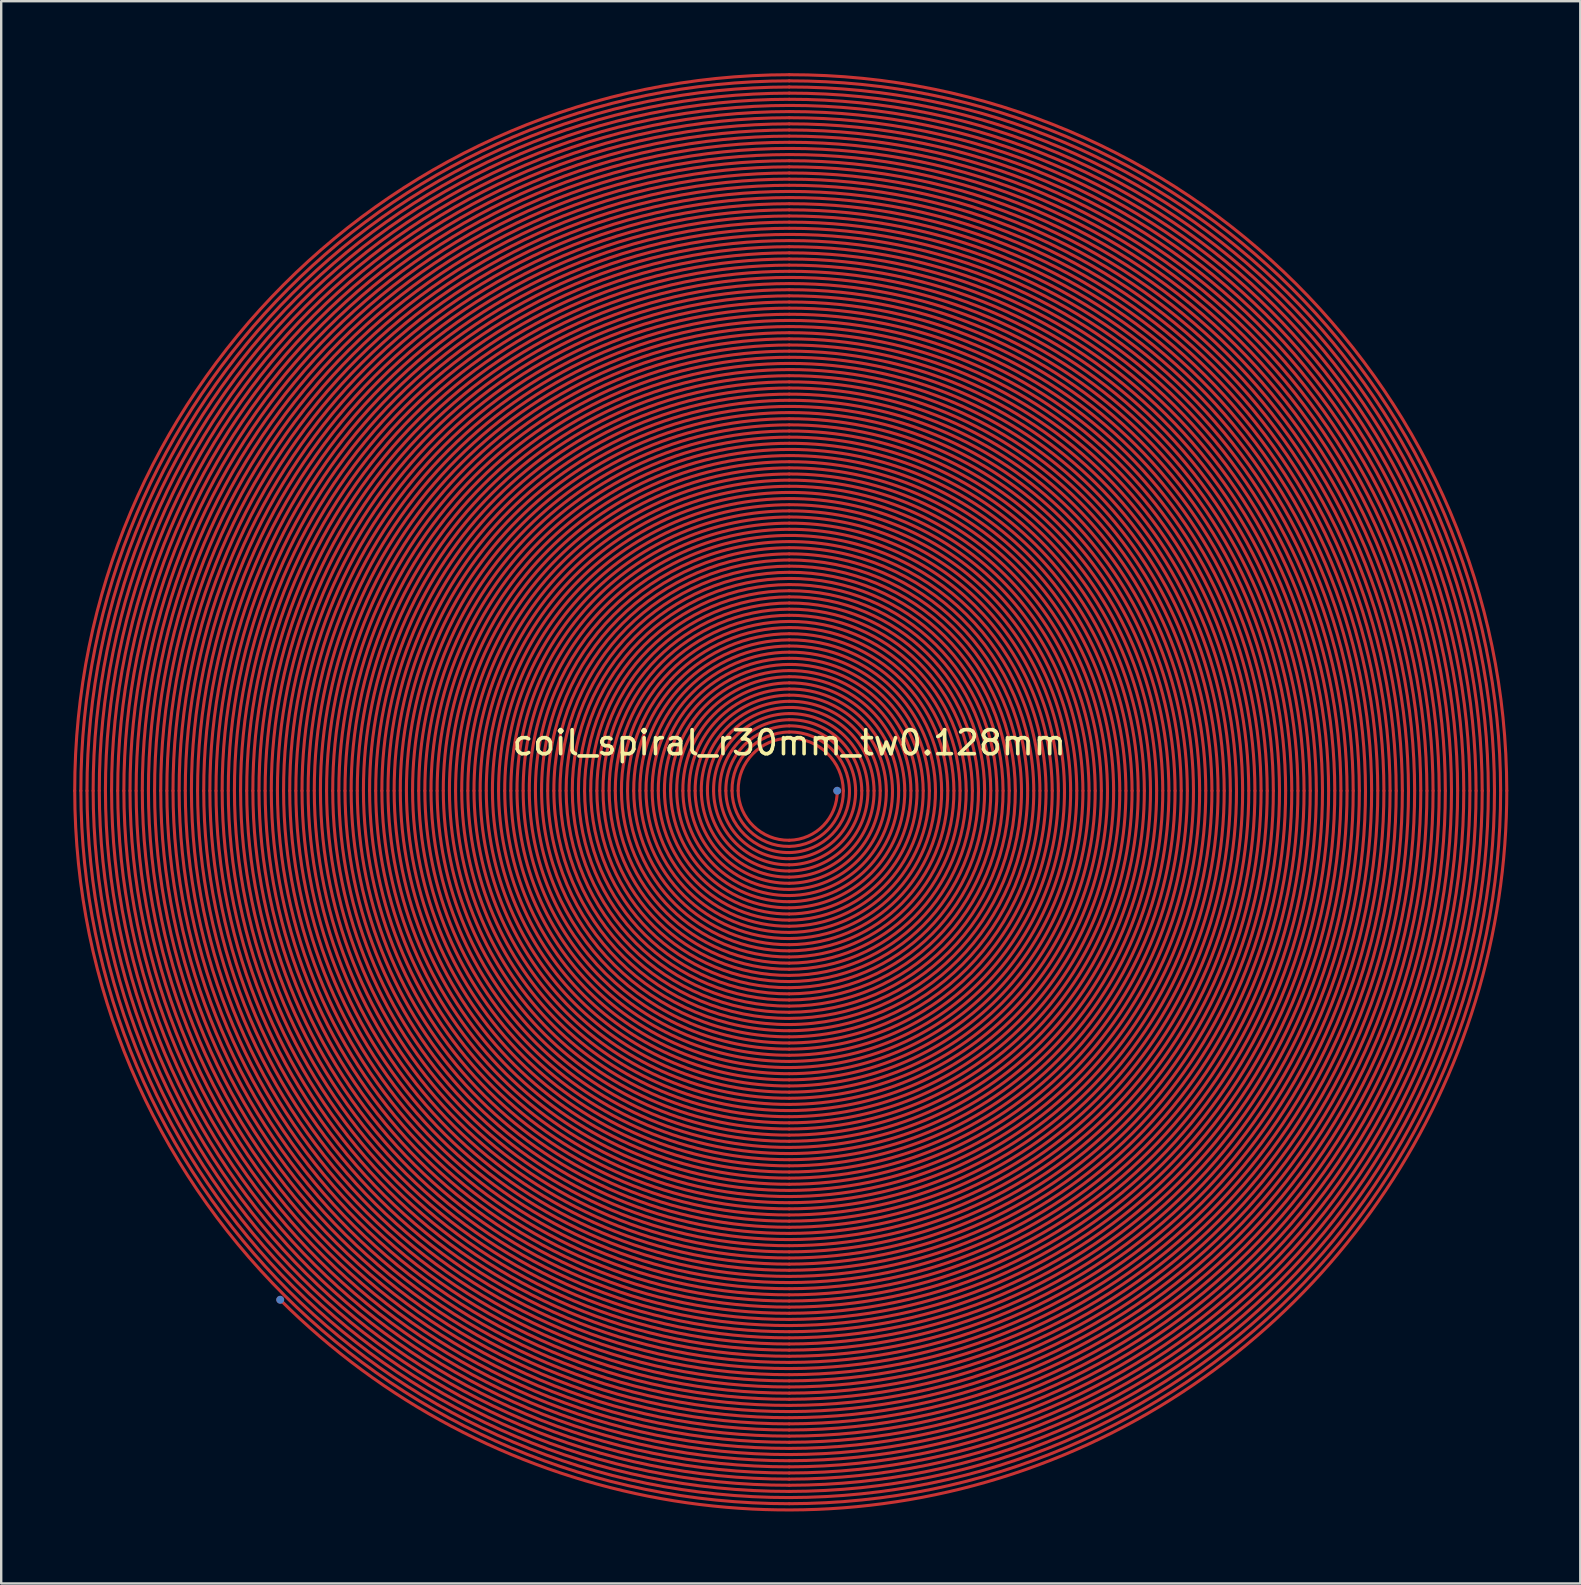
<source format=kicad_pcb>
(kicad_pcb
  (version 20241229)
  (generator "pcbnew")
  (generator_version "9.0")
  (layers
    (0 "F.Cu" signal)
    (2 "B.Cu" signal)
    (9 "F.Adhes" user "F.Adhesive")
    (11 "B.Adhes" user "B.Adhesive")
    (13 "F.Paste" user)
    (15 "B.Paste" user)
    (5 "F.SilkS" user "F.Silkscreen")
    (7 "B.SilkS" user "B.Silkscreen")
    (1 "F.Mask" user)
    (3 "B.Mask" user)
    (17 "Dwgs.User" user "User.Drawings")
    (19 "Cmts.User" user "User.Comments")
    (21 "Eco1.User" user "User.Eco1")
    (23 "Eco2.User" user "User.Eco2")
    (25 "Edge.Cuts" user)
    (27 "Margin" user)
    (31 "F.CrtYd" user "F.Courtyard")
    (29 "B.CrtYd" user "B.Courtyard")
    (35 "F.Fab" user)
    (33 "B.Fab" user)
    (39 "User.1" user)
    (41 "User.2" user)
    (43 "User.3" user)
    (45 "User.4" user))
  (footprint "coil_spiral_r30mm_tw0.128mm"
    (layer "F.Cu")
    (at 29.84 29.904)
    (property "Reference" "coil_spiral_r30mm_tw0.128mm" (at 0 -2 0) (layer "F.SilkS") (effects (font (size 1 1) (thickness 0.15))))
    (attr through_hole)
    (fp_arc (start -29.776 0) (mid -21.068078 -21.086823) (end 0 -29.839999) (stroke (width 0.128) (type solid)) (layer "F.Cu"))
    (fp_arc (start -29.52 0) (mid -20.887059 -20.905805) (end 0 -29.584) (stroke (width 0.128) (type solid)) (layer "F.Cu"))
    (fp_arc (start -29.264 0) (mid -20.70604 -20.724785) (end 0 -29.328) (stroke (width 0.128) (type solid)) (layer "F.Cu"))
    (fp_arc (start -29.008 0) (mid -20.525021 -20.543766) (end -0.000001 -29.072) (stroke (width 0.128) (type solid)) (layer "F.Cu"))
    (fp_arc (start -28.752 0) (mid -20.344002 -20.362747) (end 0 -28.816) (stroke (width 0.128) (type solid)) (layer "F.Cu"))
    (fp_arc (start -28.496 0) (mid -20.162982 -20.181728) (end 0.000001 -28.56) (stroke (width 0.128) (type solid)) (layer "F.Cu"))
    (fp_arc (start -28.24 0) (mid -19.981964 -20.000708) (end -0.000001 -28.304) (stroke (width 0.128) (type solid)) (layer "F.Cu"))
    (fp_arc (start -27.984 0) (mid -19.800944 -19.819689) (end 0 -28.048) (stroke (width 0.128) (type solid)) (layer "F.Cu"))
    (fp_arc (start -27.728 0) (mid -19.619925 -19.638669) (end 0 -27.791999) (stroke (width 0.128) (type solid)) (layer "F.Cu"))
    (fp_arc (start -27.472 0) (mid -19.438906 -19.457651) (end 0 -27.536) (stroke (width 0.128) (type solid)) (layer "F.Cu"))
    (fp_arc (start -27.216 0) (mid -19.257886 -19.276632) (end 0.000001 -27.28) (stroke (width 0.128) (type solid)) (layer "F.Cu"))
    (fp_arc (start -26.96 0) (mid -19.076868 -19.095612) (end -0.000001 -27.024) (stroke (width 0.128) (type solid)) (layer "F.Cu"))
    (fp_arc (start -26.704 0) (mid -18.895848 -18.914593) (end 0 -26.768) (stroke (width 0.128) (type solid)) (layer "F.Cu"))
    (fp_arc (start -26.448 0) (mid -18.714829 -18.733574) (end -0.000001 -26.512) (stroke (width 0.128) (type solid)) (layer "F.Cu"))
    (fp_arc (start -26.192 0) (mid -18.533809 -18.552555) (end 0 -26.256) (stroke (width 0.128) (type solid)) (layer "F.Cu"))
    (fp_arc (start -25.936 0) (mid -18.352791 -18.371535) (end -0.000001 -26) (stroke (width 0.128) (type solid)) (layer "F.Cu"))
    (fp_arc (start -25.68 0) (mid -18.171771 -18.190516) (end 0 -25.744) (stroke (width 0.128) (type solid)) (layer "F.Cu"))
    (fp_arc (start -25.424 0) (mid -17.990752 -18.009497) (end 0 -25.487999) (stroke (width 0.128) (type solid)) (layer "F.Cu"))
    (fp_arc (start -25.168 0) (mid -17.809733 -17.828478) (end 0 -25.232) (stroke (width 0.128) (type solid)) (layer "F.Cu"))
    (fp_arc (start -24.912 0) (mid -17.628713 -17.647458) (end 0 -24.975999) (stroke (width 0.128) (type solid)) (layer "F.Cu"))
    (fp_arc (start -24.656 0) (mid -17.447694 -17.466439) (end 0 -24.72) (stroke (width 0.128) (type solid)) (layer "F.Cu"))
    (fp_arc (start -24.4 0) (mid -17.266676 -17.28542) (end -0.000001 -24.464) (stroke (width 0.128) (type solid)) (layer "F.Cu"))
    (fp_arc (start -24.144 0) (mid -17.085656 -17.104401) (end 0 -24.208) (stroke (width 0.128) (type solid)) (layer "F.Cu"))
    (fp_arc (start -23.888 0) (mid -16.904637 -16.923382) (end 0 -23.952) (stroke (width 0.128) (type solid)) (layer "F.Cu"))
    (fp_arc (start -23.632 0) (mid -16.723618 -16.742363) (end 0 -23.696) (stroke (width 0.128) (type solid)) (layer "F.Cu"))
    (fp_arc (start -23.376 0) (mid -16.542599 -16.561344) (end 0 -23.44) (stroke (width 0.128) (type solid)) (layer "F.Cu"))
    (fp_arc (start -23.12 0) (mid -16.361579 -16.380325) (end 0.000001 -23.184) (stroke (width 0.128) (type solid)) (layer "F.Cu"))
    (fp_arc (start -22.864 0) (mid -16.18056 -16.199305) (end 0 -22.928) (stroke (width 0.128) (type solid)) (layer "F.Cu"))
    (fp_arc (start -22.608 0) (mid -15.999541 -16.018286) (end -0.000001 -22.672) (stroke (width 0.128) (type solid)) (layer "F.Cu"))
    (fp_arc (start -22.352 0) (mid -15.818521 -15.837267) (end 0.000001 -22.416) (stroke (width 0.128) (type solid)) (layer "F.Cu"))
    (fp_arc (start -22.096 0) (mid -15.637503 -15.656248) (end 0 -22.16) (stroke (width 0.128) (type solid)) (layer "F.Cu"))
    (fp_arc (start -21.84 0) (mid -15.456483 -15.475228) (end 0 -21.903999) (stroke (width 0.128) (type solid)) (layer "F.Cu"))
    (fp_arc (start -21.584 0) (mid -15.275464 -15.29421) (end 0 -21.648) (stroke (width 0.128) (type solid)) (layer "F.Cu"))
    (fp_arc (start -21.328 0) (mid -15.094445 -15.11319) (end 0 -21.392) (stroke (width 0.128) (type solid)) (layer "F.Cu"))
    (fp_arc (start -21.072 0) (mid -14.913426 -14.932171) (end 0 -21.135999) (stroke (width 0.128) (type solid)) (layer "F.Cu"))
    (fp_arc (start -20.816 0) (mid -14.732407 -14.751152) (end 0.000001 -20.88) (stroke (width 0.128) (type solid)) (layer "F.Cu"))
    (fp_arc (start -20.56 0) (mid -14.551388 -14.570133) (end 0 -20.624) (stroke (width 0.128) (type solid)) (layer "F.Cu"))
    (fp_arc (start -20.304 0) (mid -14.370369 -14.389114) (end 0 -20.368) (stroke (width 0.128) (type solid)) (layer "F.Cu"))
    (fp_arc (start -20.048 0) (mid -14.189349 -14.208094) (end 0 -20.111999) (stroke (width 0.128) (type solid)) (layer "F.Cu"))
    (fp_arc (start -19.792 0) (mid -14.00833 -14.027076) (end 0.000001 -19.856) (stroke (width 0.128) (type solid)) (layer "F.Cu"))
    (fp_arc (start -19.536 0) (mid -13.827311 -13.846057) (end 0 -19.6) (stroke (width 0.128) (type solid)) (layer "F.Cu"))
    (fp_arc (start -19.28 0) (mid -13.646292 -13.665038) (end 0 -19.344) (stroke (width 0.128) (type solid)) (layer "F.Cu"))
    (fp_arc (start -19.024 0) (mid -13.465273 -13.484019) (end 0 -19.088) (stroke (width 0.128) (type solid)) (layer "F.Cu"))
    (fp_arc (start -18.768 0) (mid -13.284254 -13.302999) (end 0 -18.832) (stroke (width 0.128) (type solid)) (layer "F.Cu"))
    (fp_arc (start -18.512 0) (mid -13.103236 -13.12198) (end -0.000001 -18.576) (stroke (width 0.128) (type solid)) (layer "F.Cu"))
    (fp_arc (start -18.256 0) (mid -12.922216 -12.940961) (end 0 -18.319999) (stroke (width 0.128) (type solid)) (layer "F.Cu"))
    (fp_arc (start -18 0) (mid -12.741197 -12.759942) (end 0 -18.063999) (stroke (width 0.128) (type solid)) (layer "F.Cu"))
    (fp_arc (start -17.744 0) (mid -12.560178 -12.578923) (end 0 -17.807999) (stroke (width 0.128) (type solid)) (layer "F.Cu"))
    (fp_arc (start -17.488 0) (mid -12.379159 -12.397904) (end 0 -17.551999) (stroke (width 0.128) (type solid)) (layer "F.Cu"))
    (fp_arc (start -17.232 0) (mid -12.19814 -12.216885) (end 0 -17.295999) (stroke (width 0.128) (type solid)) (layer "F.Cu"))
    (fp_arc (start -16.976 0) (mid -12.017121 -12.035866) (end -0.000001 -17.04) (stroke (width 0.128) (type solid)) (layer "F.Cu"))
    (fp_arc (start -16.72 0) (mid -11.836102 -11.854847) (end 0 -16.784) (stroke (width 0.128) (type solid)) (layer "F.Cu"))
    (fp_arc (start -16.464 0) (mid -11.655083 -11.673828) (end 0 -16.528) (stroke (width 0.128) (type solid)) (layer "F.Cu"))
    (fp_arc (start -16.208 0) (mid -11.474064 -11.492809) (end 0 -16.272) (stroke (width 0.128) (type solid)) (layer "F.Cu"))
    (fp_arc (start -15.952 0) (mid -11.293045 -11.31179) (end 0.000001 -16.016) (stroke (width 0.128) (type solid)) (layer "F.Cu"))
    (fp_arc (start -15.696 0) (mid -11.112026 -11.130771) (end 0 -15.759999) (stroke (width 0.128) (type solid)) (layer "F.Cu"))
    (fp_arc (start -15.44 0) (mid -10.931007 -10.949752) (end 0 -15.504) (stroke (width 0.128) (type solid)) (layer "F.Cu"))
    (fp_arc (start -15.184 0) (mid -10.749988 -10.768734) (end 0.000001 -15.248) (stroke (width 0.128) (type solid)) (layer "F.Cu"))
    (fp_arc (start -14.928 0) (mid -10.568969 -10.587714) (end 0 -14.991999) (stroke (width 0.128) (type solid)) (layer "F.Cu"))
    (fp_arc (start -14.672 0) (mid -10.38795 -10.406695) (end 0 -14.736) (stroke (width 0.128) (type solid)) (layer "F.Cu"))
    (fp_arc (start -14.416 0) (mid -10.206931 -10.225676) (end 0 -14.479999) (stroke (width 0.128) (type solid)) (layer "F.Cu"))
    (fp_arc (start -14.16 0) (mid -10.025912 -10.044658) (end 0 -14.224) (stroke (width 0.128) (type solid)) (layer "F.Cu"))
    (fp_arc (start -13.904 0) (mid -9.844893 -9.863638) (end 0 -13.967999) (stroke (width 0.128) (type solid)) (layer "F.Cu"))
    (fp_arc (start -13.648 0) (mid -9.663875 -9.68262) (end 0 -13.711999) (stroke (width 0.128) (type solid)) (layer "F.Cu"))
    (fp_arc (start -13.392 0) (mid -9.482856 -9.501601) (end 0 -13.456) (stroke (width 0.128) (type solid)) (layer "F.Cu"))
    (fp_arc (start -13.136 0) (mid -9.301837 -9.320582) (end 0 -13.2) (stroke (width 0.128) (type solid)) (layer "F.Cu"))
    (fp_arc (start -12.88 0) (mid -9.120818 -9.139563) (end 0.000001 -12.943999) (stroke (width 0.128) (type solid)) (layer "F.Cu"))
    (fp_arc (start -12.624 0) (mid -8.939799 -8.958544) (end 0 -12.687999) (stroke (width 0.128) (type solid)) (layer "F.Cu"))
    (fp_arc (start -12.368 0) (mid -8.758781 -8.777525) (end 0 -12.432) (stroke (width 0.128) (type solid)) (layer "F.Cu"))
    (fp_arc (start -12.112 0) (mid -8.577763 -8.596507) (end -0.000001 -12.176001) (stroke (width 0.128) (type solid)) (layer "F.Cu"))
    (fp_arc (start -11.856 0) (mid -8.396743 -8.415489) (end 0 -11.920001) (stroke (width 0.128) (type solid)) (layer "F.Cu"))
    (fp_arc (start -11.6 0) (mid -8.215725 -8.23447) (end 0 -11.664) (stroke (width 0.128) (type solid)) (layer "F.Cu"))
    (fp_arc (start -11.344 0) (mid -8.034706 -8.053451) (end 0 -11.408) (stroke (width 0.128) (type solid)) (layer "F.Cu"))
    (fp_arc (start -11.088 0) (mid -7.853688 -7.872433) (end 0 -11.152001) (stroke (width 0.128) (type solid)) (layer "F.Cu"))
    (fp_arc (start -10.832 0) (mid -7.672668 -7.691414) (end 0.000001 -10.896) (stroke (width 0.128) (type solid)) (layer "F.Cu"))
    (fp_arc (start -10.576 0) (mid -7.49165 -7.510395) (end 0 -10.64) (stroke (width 0.128) (type solid)) (layer "F.Cu"))
    (fp_arc (start -10.32 0) (mid -7.310632 -7.329377) (end 0 -10.384) (stroke (width 0.128) (type solid)) (layer "F.Cu"))
    (fp_arc (start -10.064 0) (mid -7.129613 -7.148358) (end 0 -10.128) (stroke (width 0.128) (type solid)) (layer "F.Cu"))
    (fp_arc (start -9.808 0) (mid -6.948595 -6.96734) (end 0 -9.872) (stroke (width 0.128) (type solid)) (layer "F.Cu"))
    (fp_arc (start -9.552 0) (mid -6.767577 -6.786322) (end 0 -9.616001) (stroke (width 0.128) (type solid)) (layer "F.Cu"))
    (fp_arc (start -9.296 0) (mid -6.586558 -6.605303) (end 0 -9.36) (stroke (width 0.128) (type solid)) (layer "F.Cu"))
    (fp_arc (start -9.04 0) (mid -6.405541 -6.424285) (end -0.000001 -9.104) (stroke (width 0.128) (type solid)) (layer "F.Cu"))
    (fp_arc (start -8.784 0) (mid -6.224522 -6.243267) (end -0.000001 -8.848) (stroke (width 0.128) (type solid)) (layer "F.Cu"))
    (fp_arc (start -8.528 0) (mid -6.043504 -6.062249) (end 0 -8.592) (stroke (width 0.128) (type solid)) (layer "F.Cu"))
    (fp_arc (start -8.272 0) (mid -5.862485 -5.881231) (end 0.000001 -8.336) (stroke (width 0.128) (type solid)) (layer "F.Cu"))
    (fp_arc (start -8.016 0) (mid -5.681468 -5.700213) (end 0 -8.08) (stroke (width 0.128) (type solid)) (layer "F.Cu"))
    (fp_arc (start -7.76 0) (mid -5.50045 -5.519195) (end 0 -7.824) (stroke (width 0.128) (type solid)) (layer "F.Cu"))
    (fp_arc (start -7.504 0) (mid -5.319432 -5.338177) (end 0 -7.567999) (stroke (width 0.128) (type solid)) (layer "F.Cu"))
    (fp_arc (start -7.248 0) (mid -5.138415 -5.157159) (end 0 -7.311999) (stroke (width 0.128) (type solid)) (layer "F.Cu"))
    (fp_arc (start -6.992 0) (mid -4.957397 -4.976142) (end 0 -7.056) (stroke (width 0.128) (type solid)) (layer "F.Cu"))
    (fp_arc (start -6.736 0) (mid -4.77638 -4.795125) (end 0 -6.800001) (stroke (width 0.128) (type solid)) (layer "F.Cu"))
    (fp_arc (start -6.48 0) (mid -4.595363 -4.614107) (end 0 -6.544) (stroke (width 0.128) (type solid)) (layer "F.Cu"))
    (fp_arc (start -6.224 0) (mid -4.414346 -4.43309) (end -0.000001 -6.288) (stroke (width 0.128) (type solid)) (layer "F.Cu"))
    (fp_arc (start -5.968 0) (mid -4.233329 -4.252073) (end 0 -6.032) (stroke (width 0.128) (type solid)) (layer "F.Cu"))
    (fp_arc (start -5.712 0) (mid -4.052312 -4.071057) (end 0 -5.776) (stroke (width 0.128) (type solid)) (layer "F.Cu"))
    (fp_arc (start -5.456 0) (mid -3.871296 -3.89004) (end -0.000001 -5.52) (stroke (width 0.128) (type solid)) (layer "F.Cu"))
    (fp_arc (start -5.2 0) (mid -3.69028 -3.709024) (end -0.000001 -5.264) (stroke (width 0.128) (type solid)) (layer "F.Cu"))
    (fp_arc (start -4.944 0) (mid -3.509264 -3.528008) (end 0 -5.008) (stroke (width 0.128) (type solid)) (layer "F.Cu"))
    (fp_arc (start -4.688 0) (mid -3.328249 -3.346993) (end 0 -4.752) (stroke (width 0.128) (type solid)) (layer "F.Cu"))
    (fp_arc (start -4.432 0) (mid -3.147234 -3.165978) (end 0 -4.496) (stroke (width 0.128) (type solid)) (layer "F.Cu"))
    (fp_arc (start -4.176 0) (mid -2.966219 -2.984963) (end 0 -4.239999) (stroke (width 0.128) (type solid)) (layer "F.Cu"))
    (fp_arc (start -3.92 0) (mid -2.785206 -2.803949) (end 0 -3.984) (stroke (width 0.128) (type solid)) (layer "F.Cu"))
    (fp_arc (start -3.664 0) (mid -2.604192 -2.622936) (end 0.000001 -3.728) (stroke (width 0.128) (type solid)) (layer "F.Cu"))
    (fp_arc (start -3.408 0) (mid -2.423181 -2.441924) (end -0.000001 -3.472) (stroke (width 0.128) (type solid)) (layer "F.Cu"))
    (fp_arc (start -3.152 0) (mid -2.24217 -2.260913) (end 0 -3.216) (stroke (width 0.128) (type solid)) (layer "F.Cu"))
    (fp_arc (start -2.896 0) (mid -2.061161 -2.079903) (end 0 -2.959999) (stroke (width 0.128) (type solid)) (layer "F.Cu"))
    (fp_arc (start -2.64 0) (mid -1.880154 -1.898896) (end 0 -2.704) (stroke (width 0.128) (type solid)) (layer "F.Cu"))
    (fp_arc (start -2.384 0) (mid -1.699149 -1.717891) (end 0 -2.448001) (stroke (width 0.128) (type solid)) (layer "F.Cu"))
    (fp_arc (start -2.128 0) (mid -1.518148 -1.536889) (end 0.000001 -2.192) (stroke (width 0.128) (type solid)) (layer "F.Cu"))
    (fp_arc (start 0 -29.84) (mid 21.132079 -21.113333) (end 29.904 0.000001) (stroke (width 0.128) (type solid)) (layer "F.Cu"))
    (fp_arc (start 0 -29.584) (mid 20.951059 -20.932315) (end 29.648 -0.000001) (stroke (width 0.128) (type solid)) (layer "F.Cu"))
    (fp_arc (start 0 -29.328) (mid 20.77004 -20.751295) (end 29.392 0) (stroke (width 0.128) (type solid)) (layer "F.Cu"))
    (fp_arc (start 0 -29.072) (mid 20.58902 -20.570275) (end 29.135999 0) (stroke (width 0.128) (type solid)) (layer "F.Cu"))
    (fp_arc (start 0 -28.816) (mid 20.408002 -20.389256) (end 28.88 0) (stroke (width 0.128) (type solid)) (layer "F.Cu"))
    (fp_arc (start 0 -28.56) (mid 20.226982 -20.208237) (end 28.624 0) (stroke (width 0.128) (type solid)) (layer "F.Cu"))
    (fp_arc (start 0 -28.304) (mid 20.045963 -20.027218) (end 28.368 -0.000001) (stroke (width 0.128) (type solid)) (layer "F.Cu"))
    (fp_arc (start 0 -28.048) (mid 19.864944 -19.846199) (end 28.112 0) (stroke (width 0.128) (type solid)) (layer "F.Cu"))
    (fp_arc (start 0 -27.792) (mid 19.683925 -19.665179) (end 27.856 0.000001) (stroke (width 0.128) (type solid)) (layer "F.Cu"))
    (fp_arc (start 0 -27.536) (mid 19.502905 -19.484161) (end 27.6 -0.000001) (stroke (width 0.128) (type solid)) (layer "F.Cu"))
    (fp_arc (start 0 -27.28) (mid 19.321887 -19.303141) (end 27.344 0.000001) (stroke (width 0.128) (type solid)) (layer "F.Cu"))
    (fp_arc (start 0 -27.024) (mid 19.140867 -19.122122) (end 27.088 -0.000001) (stroke (width 0.128) (type solid)) (layer "F.Cu"))
    (fp_arc (start 0 -26.768) (mid 18.959848 -18.941103) (end 26.832 0) (stroke (width 0.128) (type solid)) (layer "F.Cu"))
    (fp_arc (start 0 -26.512) (mid 18.778828 -18.760084) (end 26.576 -0.000001) (stroke (width 0.128) (type solid)) (layer "F.Cu"))
    (fp_arc (start 0 -26.256) (mid 18.597809 -18.579064) (end 26.32 0) (stroke (width 0.128) (type solid)) (layer "F.Cu"))
    (fp_arc (start 0 -26) (mid 18.41679 -18.398045) (end 26.063999 0) (stroke (width 0.128) (type solid)) (layer "F.Cu"))
    (fp_arc (start 0 -25.744) (mid 18.235771 -18.217026) (end 25.808 0) (stroke (width 0.128) (type solid)) (layer "F.Cu"))
    (fp_arc (start 0 -25.488) (mid 18.054752 -18.036006) (end 25.552 0.000001) (stroke (width 0.128) (type solid)) (layer "F.Cu"))
    (fp_arc (start 0 -25.232) (mid 17.873733 -17.854988) (end 25.296 0) (stroke (width 0.128) (type solid)) (layer "F.Cu"))
    (fp_arc (start 0 -24.976) (mid 17.692714 -17.673968) (end 25.04 0.000001) (stroke (width 0.128) (type solid)) (layer "F.Cu"))
    (fp_arc (start 0 -24.72) (mid 17.511694 -17.492949) (end 24.784 0) (stroke (width 0.128) (type solid)) (layer "F.Cu"))
    (fp_arc (start 0 -24.464) (mid 17.330675 -17.31193) (end 24.527999 0) (stroke (width 0.128) (type solid)) (layer "F.Cu"))
    (fp_arc (start 0 -24.208) (mid 17.149656 -17.130911) (end 24.272 0) (stroke (width 0.128) (type solid)) (layer "F.Cu"))
    (fp_arc (start 0 -23.952) (mid 16.968636 -16.949891) (end 24.015999 0) (stroke (width 0.128) (type solid)) (layer "F.Cu"))
    (fp_arc (start 0 -23.696) (mid 16.787618 -16.768872) (end 23.76 0) (stroke (width 0.128) (type solid)) (layer "F.Cu"))
    (fp_arc (start 0 -23.44) (mid 16.606598 -16.587854) (end 23.504 -0.000001) (stroke (width 0.128) (type solid)) (layer "F.Cu"))
    (fp_arc (start 0 -23.184) (mid 16.42558 -16.406834) (end 23.248 0.000001) (stroke (width 0.128) (type solid)) (layer "F.Cu"))
    (fp_arc (start 0 -22.928) (mid 16.24456 -16.225815) (end 22.992 0) (stroke (width 0.128) (type solid)) (layer "F.Cu"))
    (fp_arc (start 0 -22.672) (mid 16.06354 -16.044796) (end 22.735999 0) (stroke (width 0.128) (type solid)) (layer "F.Cu"))
    (fp_arc (start 0 -22.416) (mid 15.882522 -15.863777) (end 22.48 0) (stroke (width 0.128) (type solid)) (layer "F.Cu"))
    (fp_arc (start 0 -22.16) (mid 15.701503 -15.682758) (end 22.224 0) (stroke (width 0.128) (type solid)) (layer "F.Cu"))
    (fp_arc (start 0 -21.904) (mid 15.520484 -15.501738) (end 21.968 0.000001) (stroke (width 0.128) (type solid)) (layer "F.Cu"))
    (fp_arc (start 0 -21.648) (mid 15.339464 -15.320719) (end 21.712 0) (stroke (width 0.128) (type solid)) (layer "F.Cu"))
    (fp_arc (start 0 -21.392) (mid 15.158445 -15.1397) (end 21.456 0) (stroke (width 0.128) (type solid)) (layer "F.Cu"))
    (fp_arc (start 0 -21.136) (mid 14.977426 -14.95868) (end 21.2 0.000001) (stroke (width 0.128) (type solid)) (layer "F.Cu"))
    (fp_arc (start 0 -20.88) (mid 14.796407 -14.777662) (end 20.944 0) (stroke (width 0.128) (type solid)) (layer "F.Cu"))
    (fp_arc (start 0 -20.624) (mid 14.615388 -14.596643) (end 20.688 0) (stroke (width 0.128) (type solid)) (layer "F.Cu"))
    (fp_arc (start 0 -20.368) (mid 14.434368 -14.415623) (end 20.431999 0) (stroke (width 0.128) (type solid)) (layer "F.Cu"))
    (fp_arc (start 0 -20.112) (mid 14.25335 -14.234604) (end 20.176 0.000001) (stroke (width 0.128) (type solid)) (layer "F.Cu"))
    (fp_arc (start 0 -19.856) (mid 14.07233 -14.053585) (end 19.92 0) (stroke (width 0.128) (type solid)) (layer "F.Cu"))
    (fp_arc (start 0 -19.6) (mid 13.891311 -13.872566) (end 19.664 0) (stroke (width 0.128) (type solid)) (layer "F.Cu"))
    (fp_arc (start 0 -19.344) (mid 13.710292 -13.691548) (end 19.408 -0.000001) (stroke (width 0.128) (type solid)) (layer "F.Cu"))
    (fp_arc (start 0 -19.088) (mid 13.529273 -13.510529) (end 19.152 -0.000001) (stroke (width 0.128) (type solid)) (layer "F.Cu"))
    (fp_arc (start 0 -18.832) (mid 13.348254 -13.329509) (end 18.895999 0) (stroke (width 0.128) (type solid)) (layer "F.Cu"))
    (fp_arc (start 0 -18.576) (mid 13.167235 -13.14849) (end 18.639999 0) (stroke (width 0.128) (type solid)) (layer "F.Cu"))
    (fp_arc (start 0 -18.32) (mid 12.986216 -12.96747) (end 18.384 0.000001) (stroke (width 0.128) (type solid)) (layer "F.Cu"))
    (fp_arc (start 0 -18.064) (mid 12.805197 -12.786451) (end 18.128 0.000001) (stroke (width 0.128) (type solid)) (layer "F.Cu"))
    (fp_arc (start 0 -17.808) (mid 12.624178 -12.605432) (end 17.872 0.000001) (stroke (width 0.128) (type solid)) (layer "F.Cu"))
    (fp_arc (start 0 -17.552) (mid 12.443159 -12.424413) (end 17.616 0.000001) (stroke (width 0.128) (type solid)) (layer "F.Cu"))
    (fp_arc (start 0 -17.296) (mid 12.26214 -12.243394) (end 17.36 0.000001) (stroke (width 0.128) (type solid)) (layer "F.Cu"))
    (fp_arc (start 0 -17.04) (mid 12.08112 -12.062376) (end 17.103999 0) (stroke (width 0.128) (type solid)) (layer "F.Cu"))
    (fp_arc (start 0 -16.784) (mid 11.900101 -11.881356) (end 16.847999 0) (stroke (width 0.128) (type solid)) (layer "F.Cu"))
    (fp_arc (start 0 -16.528) (mid 11.719082 -11.700337) (end 16.591999 0) (stroke (width 0.128) (type solid)) (layer "F.Cu"))
    (fp_arc (start 0 -16.272) (mid 11.538064 -11.519319) (end 16.336 0) (stroke (width 0.128) (type solid)) (layer "F.Cu"))
    (fp_arc (start 0 -16.016) (mid 11.357045 -11.3383) (end 16.08 0) (stroke (width 0.128) (type solid)) (layer "F.Cu"))
    (fp_arc (start 0 -15.76) (mid 11.176026 -11.15728) (end 15.824 0.000001) (stroke (width 0.128) (type solid)) (layer "F.Cu"))
    (fp_arc (start 0 -15.504) (mid 10.995006 -10.976262) (end 15.567999 0) (stroke (width 0.128) (type solid)) (layer "F.Cu"))
    (fp_arc (start 0 -15.248) (mid 10.813988 -10.795243) (end 15.312 0) (stroke (width 0.128) (type solid)) (layer "F.Cu"))
    (fp_arc (start 0 -14.992) (mid 10.632969 -10.614223) (end 15.056 0.000001) (stroke (width 0.128) (type solid)) (layer "F.Cu"))
    (fp_arc (start 0 -14.736) (mid 10.45195 -10.433205) (end 14.8 -0.000001) (stroke (width 0.128) (type solid)) (layer "F.Cu"))
    (fp_arc (start 0 -14.48) (mid 10.270931 -10.252186) (end 14.544 0) (stroke (width 0.128) (type solid)) (layer "F.Cu"))
    (fp_arc (start 0 -14.224) (mid 10.089912 -10.071168) (end 14.288 -0.000001) (stroke (width 0.128) (type solid)) (layer "F.Cu"))
    (fp_arc (start 0 -13.968) (mid 9.908894 -9.890148) (end 14.032 0.000001) (stroke (width 0.128) (type solid)) (layer "F.Cu"))
    (fp_arc (start 0 -13.712) (mid 9.727875 -9.70913) (end 13.776 0) (stroke (width 0.128) (type solid)) (layer "F.Cu"))
    (fp_arc (start 0 -13.456) (mid 9.546855 -9.52811) (end 13.519999 0) (stroke (width 0.128) (type solid)) (layer "F.Cu"))
    (fp_arc (start 0 -13.2) (mid 9.365837 -9.347092) (end 13.263999 0) (stroke (width 0.128) (type solid)) (layer "F.Cu"))
    (fp_arc (start 0 -12.944) (mid 9.184818 -9.166073) (end 13.008 0) (stroke (width 0.128) (type solid)) (layer "F.Cu"))
    (fp_arc (start 0 -12.688) (mid 9.003799 -8.985054) (end 12.752 0) (stroke (width 0.128) (type solid)) (layer "F.Cu"))
    (fp_arc (start 0 -12.432) (mid 8.822781 -8.804036) (end 12.496001 0) (stroke (width 0.128) (type solid)) (layer "F.Cu"))
    (fp_arc (start 0 -12.176) (mid 8.641761 -8.623017) (end 12.24 -0.000001) (stroke (width 0.128) (type solid)) (layer "F.Cu"))
    (fp_arc (start 0 -11.92) (mid 8.460743 -8.441998) (end 11.984 0) (stroke (width 0.128) (type solid)) (layer "F.Cu"))
    (fp_arc (start 0 -11.664) (mid 8.279724 -8.260979) (end 11.728 0) (stroke (width 0.128) (type solid)) (layer "F.Cu"))
    (fp_arc (start 0 -11.408) (mid 8.098706 -8.079961) (end 11.472001 0) (stroke (width 0.128) (type solid)) (layer "F.Cu"))
    (fp_arc (start 0 -11.152) (mid 7.917687 -7.898942) (end 11.216 0) (stroke (width 0.128) (type solid)) (layer "F.Cu"))
    (fp_arc (start 0 -10.896) (mid 7.736669 -7.717924) (end 10.960001 0) (stroke (width 0.128) (type solid)) (layer "F.Cu"))
    (fp_arc (start 0 -10.64) (mid 7.55565 -7.536905) (end 10.704 0.000001) (stroke (width 0.128) (type solid)) (layer "F.Cu"))
    (fp_arc (start 0 -10.384) (mid 7.374631 -7.355886) (end 10.448 0) (stroke (width 0.128) (type solid)) (layer "F.Cu"))
    (fp_arc (start 0 -10.128) (mid 7.193613 -7.174868) (end 10.192 0) (stroke (width 0.128) (type solid)) (layer "F.Cu"))
    (fp_arc (start 0 -9.872) (mid 7.012595 -6.993849) (end 9.936 0.000001) (stroke (width 0.128) (type solid)) (layer "F.Cu"))
    (fp_arc (start 0 -9.616) (mid 6.831576 -6.812832) (end 9.68 -0.000001) (stroke (width 0.128) (type solid)) (layer "F.Cu"))
    (fp_arc (start 0 -9.36) (mid 6.650558 -6.631813) (end 9.424 0) (stroke (width 0.128) (type solid)) (layer "F.Cu"))
    (fp_arc (start 0 -9.104) (mid 6.46954 -6.450795) (end 9.168 0) (stroke (width 0.128) (type solid)) (layer "F.Cu"))
    (fp_arc (start 0 -8.848) (mid 6.288521 -6.269777) (end 8.912 -0.000001) (stroke (width 0.128) (type solid)) (layer "F.Cu"))
    (fp_arc (start 0 -8.592) (mid 6.107503 -6.088758) (end 8.656 0) (stroke (width 0.128) (type solid)) (layer "F.Cu"))
    (fp_arc (start 0 -8.336) (mid 5.926485 -5.90774) (end 8.4 0) (stroke (width 0.128) (type solid)) (layer "F.Cu"))
    (fp_arc (start 0 -8.08) (mid 5.745467 -5.726723) (end 8.144 0) (stroke (width 0.128) (type solid)) (layer "F.Cu"))
    (fp_arc (start 0 -7.824) (mid 5.56445 -5.545705) (end 7.888 0) (stroke (width 0.128) (type solid)) (layer "F.Cu"))
    (fp_arc (start 0 -7.568) (mid 5.383432 -5.364687) (end 7.632 0) (stroke (width 0.128) (type solid)) (layer "F.Cu"))
    (fp_arc (start 0 -7.312) (mid 5.202414 -5.183669) (end 7.376 0) (stroke (width 0.128) (type solid)) (layer "F.Cu"))
    (fp_arc (start 0 -7.056) (mid 5.021397 -5.002652) (end 7.120001 0) (stroke (width 0.128) (type solid)) (layer "F.Cu"))
    (fp_arc (start 0 -6.8) (mid 4.840379 -4.821634) (end 6.864 0) (stroke (width 0.128) (type solid)) (layer "F.Cu"))
    (fp_arc (start 0 -6.544) (mid 4.659361 -4.640617) (end 6.608 0) (stroke (width 0.128) (type solid)) (layer "F.Cu"))
    (fp_arc (start 0 -6.288) (mid 4.478344 -4.4596) (end 6.352 -0.000001) (stroke (width 0.128) (type solid)) (layer "F.Cu"))
    (fp_arc (start 0 -6.032) (mid 4.297328 -4.278583) (end 6.096 0) (stroke (width 0.128) (type solid)) (layer "F.Cu"))
    (fp_arc (start 0 -5.776) (mid 4.116311 -4.097566) (end 5.84 0) (stroke (width 0.128) (type solid)) (layer "F.Cu"))
    (fp_arc (start 0 -5.52) (mid 3.935294 -3.91655) (end 5.584 0) (stroke (width 0.128) (type solid)) (layer "F.Cu"))
    (fp_arc (start 0 -5.264) (mid 3.754278 -3.735534) (end 5.328 0) (stroke (width 0.128) (type solid)) (layer "F.Cu"))
    (fp_arc (start 0 -5.008) (mid 3.573262 -3.554518) (end 5.072 -0.000001) (stroke (width 0.128) (type solid)) (layer "F.Cu"))
    (fp_arc (start 0 -4.752) (mid 3.392247 -3.373503) (end 4.816 0) (stroke (width 0.128) (type solid)) (layer "F.Cu"))
    (fp_arc (start 0 -4.496) (mid 3.211231 -3.192487) (end 4.56 0) (stroke (width 0.128) (type solid)) (layer "F.Cu"))
    (fp_arc (start 0 -4.24) (mid 3.030217 -3.011473) (end 4.304 0.000001) (stroke (width 0.128) (type solid)) (layer "F.Cu"))
    (fp_arc (start 0 -3.984) (mid 2.849203 -2.830459) (end 4.048 0.000001) (stroke (width 0.128) (type solid)) (layer "F.Cu"))
    (fp_arc (start 0 -3.728) (mid 2.66819 -2.649446) (end 3.792001 0) (stroke (width 0.128) (type solid)) (layer "F.Cu"))
    (fp_arc (start 0 -3.472) (mid 2.487177 -2.468434) (end 3.535999 0) (stroke (width 0.128) (type solid)) (layer "F.Cu"))
    (fp_arc (start 0 -3.216) (mid 2.306166 -2.287423) (end 3.28 0) (stroke (width 0.128) (type solid)) (layer "F.Cu"))
    (fp_arc (start 0 -2.96) (mid 2.125156 -2.106413) (end 3.024001 0) (stroke (width 0.128) (type solid)) (layer "F.Cu"))
    (fp_arc (start 0 -2.704) (mid 1.944147 -1.925405) (end 2.768 0) (stroke (width 0.128) (type solid)) (layer "F.Cu"))
    (fp_arc (start 0 -2.448) (mid 1.763141 -1.7444) (end 2.512 -0.000001) (stroke (width 0.128) (type solid)) (layer "F.Cu"))
    (fp_arc (start 0 -2.192) (mid 1.582138 -1.563398) (end 2.256 -0.000001) (stroke (width 0.128) (type solid)) (layer "F.Cu"))
    (fp_arc (start 0 2.064) (mid -1.491639 1.472898) (end -2.128 -0.000001) (stroke (width 0.128) (type solid)) (layer "F.Cu"))
    (fp_arc (start 0 2.32) (mid -1.67264 1.653898) (end -2.384 -0.000001) (stroke (width 0.128) (type solid)) (layer "F.Cu"))
    (fp_arc (start 0 2.576) (mid -1.853644 1.834902) (end -2.64 0) (stroke (width 0.128) (type solid)) (layer "F.Cu"))
    (fp_arc (start 0 2.832) (mid -2.034652 2.015909) (end -2.896001 0) (stroke (width 0.128) (type solid)) (layer "F.Cu"))
    (fp_arc (start 0 3.088) (mid -2.215661 2.196918) (end -3.152 0) (stroke (width 0.128) (type solid)) (layer "F.Cu"))
    (fp_arc (start 0 3.344) (mid -2.396671 2.377929) (end -3.408 0.000001) (stroke (width 0.128) (type solid)) (layer "F.Cu"))
    (fp_arc (start 0 3.6) (mid -2.577683 2.558939) (end -3.664 -0.000001) (stroke (width 0.128) (type solid)) (layer "F.Cu"))
    (fp_arc (start 0 3.856) (mid -2.758696 2.739952) (end -3.92 -0.000001) (stroke (width 0.128) (type solid)) (layer "F.Cu"))
    (fp_arc (start 0 4.112) (mid -2.93971 2.920966) (end -4.176 0) (stroke (width 0.128) (type solid)) (layer "F.Cu"))
    (fp_arc (start 0 4.368) (mid -3.120724 3.10198) (end -4.432 0) (stroke (width 0.128) (type solid)) (layer "F.Cu"))
    (fp_arc (start 0 4.624) (mid -3.301739 3.282995) (end -4.688001 0) (stroke (width 0.128) (type solid)) (layer "F.Cu"))
    (fp_arc (start 0 4.88) (mid -3.482754 3.46401) (end -4.944 0) (stroke (width 0.128) (type solid)) (layer "F.Cu"))
    (fp_arc (start 0 5.136) (mid -3.66377 3.645026) (end -5.2 0.000001) (stroke (width 0.128) (type solid)) (layer "F.Cu"))
    (fp_arc (start 0 5.392) (mid -3.844786 3.826042) (end -5.456001 0) (stroke (width 0.128) (type solid)) (layer "F.Cu"))
    (fp_arc (start 0 5.648) (mid -4.025802 4.007058) (end -5.711999 0) (stroke (width 0.128) (type solid)) (layer "F.Cu"))
    (fp_arc (start 0 5.904) (mid -4.206819 4.188075) (end -5.968 0) (stroke (width 0.128) (type solid)) (layer "F.Cu"))
    (fp_arc (start 0 6.16) (mid -4.387836 4.369092) (end -6.224 0.000001) (stroke (width 0.128) (type solid)) (layer "F.Cu"))
    (fp_arc (start 0 6.416) (mid -4.568853 4.550109) (end -6.48 0.000001) (stroke (width 0.128) (type solid)) (layer "F.Cu"))
    (fp_arc (start 0 6.672) (mid -4.74987 4.731125) (end -6.736 -0.000001) (stroke (width 0.128) (type solid)) (layer "F.Cu"))
    (fp_arc (start 0 6.928) (mid -4.930888 4.912143) (end -6.992001 0) (stroke (width 0.128) (type solid)) (layer "F.Cu"))
    (fp_arc (start 0 7.184) (mid -5.111905 5.093161) (end -7.248001 0) (stroke (width 0.128) (type solid)) (layer "F.Cu"))
    (fp_arc (start 0 7.44) (mid -5.292923 5.274178) (end -7.504 0) (stroke (width 0.128) (type solid)) (layer "F.Cu"))
    (fp_arc (start 0 7.696) (mid -5.47394 5.455196) (end -7.759999 0) (stroke (width 0.128) (type solid)) (layer "F.Cu"))
    (fp_arc (start 0 7.952) (mid -5.654959 5.636213) (end -8.016 -0.000001) (stroke (width 0.128) (type solid)) (layer "F.Cu"))
    (fp_arc (start 0 8.208) (mid -5.835976 5.817231) (end -8.271999 0) (stroke (width 0.128) (type solid)) (layer "F.Cu"))
    (fp_arc (start 0 8.464) (mid -6.016994 5.998249) (end -8.528 0) (stroke (width 0.128) (type solid)) (layer "F.Cu"))
    (fp_arc (start 0 8.72) (mid -6.198012 6.179268) (end -8.784 0.000001) (stroke (width 0.128) (type solid)) (layer "F.Cu"))
    (fp_arc (start 0 8.976) (mid -6.379031 6.360286) (end -9.04 0) (stroke (width 0.128) (type solid)) (layer "F.Cu"))
    (fp_arc (start 0 9.232) (mid -6.560049 6.541304) (end -9.296 0) (stroke (width 0.128) (type solid)) (layer "F.Cu"))
    (fp_arc (start 0 9.488) (mid -6.741067 6.722322) (end -9.552 -0.000001) (stroke (width 0.128) (type solid)) (layer "F.Cu"))
    (fp_arc (start 0 9.744) (mid -6.922085 6.90334) (end -9.808 0) (stroke (width 0.128) (type solid)) (layer "F.Cu"))
    (fp_arc (start 0 10) (mid -7.103103 7.084359) (end -10.064 0.000001) (stroke (width 0.128) (type solid)) (layer "F.Cu"))
    (fp_arc (start 0 10.256) (mid -7.284122 7.265378) (end -10.32 0.000001) (stroke (width 0.128) (type solid)) (layer "F.Cu"))
    (fp_arc (start 0 10.512) (mid -7.46514 7.446396) (end -10.576 0.000001) (stroke (width 0.128) (type solid)) (layer "F.Cu"))
    (fp_arc (start 0 10.768) (mid -7.646159 7.627414) (end -10.832 0) (stroke (width 0.128) (type solid)) (layer "F.Cu"))
    (fp_arc (start 0 11.024) (mid -7.827178 7.808432) (end -11.088 -0.000001) (stroke (width 0.128) (type solid)) (layer "F.Cu"))
    (fp_arc (start 0 11.28) (mid -8.008196 7.989451) (end -11.344 0) (stroke (width 0.128) (type solid)) (layer "F.Cu"))
    (fp_arc (start 0 11.536) (mid -8.189215 8.17047) (end -11.600001 0) (stroke (width 0.128) (type solid)) (layer "F.Cu"))
    (fp_arc (start 0 11.792) (mid -8.370233 8.351489) (end -11.856 0) (stroke (width 0.128) (type solid)) (layer "F.Cu"))
    (fp_arc (start 0 12.048) (mid -8.551252 8.532507) (end -12.112 0) (stroke (width 0.128) (type solid)) (layer "F.Cu"))
    (fp_arc (start 0 12.304) (mid -8.732271 8.713526) (end -12.368001 0) (stroke (width 0.128) (type solid)) (layer "F.Cu"))
    (fp_arc (start 0 12.56) (mid -8.91329 8.894545) (end -12.624 0) (stroke (width 0.128) (type solid)) (layer "F.Cu"))
    (fp_arc (start 0 12.816) (mid -9.094309 9.075564) (end -12.88 0) (stroke (width 0.128) (type solid)) (layer "F.Cu"))
    (fp_arc (start 0 13.072) (mid -9.275327 9.256582) (end -13.135999 0) (stroke (width 0.128) (type solid)) (layer "F.Cu"))
    (fp_arc (start 0 13.328) (mid -9.456346 9.437601) (end -13.391999 0) (stroke (width 0.128) (type solid)) (layer "F.Cu"))
    (fp_arc (start 0 13.584) (mid -9.637365 9.61862) (end -13.648 0) (stroke (width 0.128) (type solid)) (layer "F.Cu"))
    (fp_arc (start 0 13.84) (mid -9.818384 9.799639) (end -13.904 0) (stroke (width 0.128) (type solid)) (layer "F.Cu"))
    (fp_arc (start 0 14.096) (mid -9.999402 9.980658) (end -14.159999 0) (stroke (width 0.128) (type solid)) (layer "F.Cu"))
    (fp_arc (start 0 14.352) (mid -10.180422 10.161677) (end -14.416 0) (stroke (width 0.128) (type solid)) (layer "F.Cu"))
    (fp_arc (start 0 14.608) (mid -10.36144 10.342695) (end -14.671999 0) (stroke (width 0.128) (type solid)) (layer "F.Cu"))
    (fp_arc (start 0 14.864) (mid -10.54246 10.523714) (end -14.928 0) (stroke (width 0.128) (type solid)) (layer "F.Cu"))
    (fp_arc (start 0 15.12) (mid -10.723478 10.704733) (end -15.183999 0) (stroke (width 0.128) (type solid)) (layer "F.Cu"))
    (fp_arc (start 0 15.376) (mid -10.904498 10.885752) (end -15.44 -0.000001) (stroke (width 0.128) (type solid)) (layer "F.Cu"))
    (fp_arc (start 0 15.632) (mid -11.085516 11.066771) (end -15.696 0) (stroke (width 0.128) (type solid)) (layer "F.Cu"))
    (fp_arc (start 0 15.888) (mid -11.266535 11.24779) (end -15.951999 0) (stroke (width 0.128) (type solid)) (layer "F.Cu"))
    (fp_arc (start 0 16.144) (mid -11.447554 11.428809) (end -16.207999 0) (stroke (width 0.128) (type solid)) (layer "F.Cu"))
    (fp_arc (start 0 16.4) (mid -11.628574 11.609828) (end -16.464 -0.000001) (stroke (width 0.128) (type solid)) (layer "F.Cu"))
    (fp_arc (start 0 16.656) (mid -11.809592 11.790847) (end -16.72 0) (stroke (width 0.128) (type solid)) (layer "F.Cu"))
    (fp_arc (start 0 16.912) (mid -11.990611 11.971866) (end -16.976 0) (stroke (width 0.128) (type solid)) (layer "F.Cu"))
    (fp_arc (start 0 17.168) (mid -12.17163 12.152885) (end -17.232 0) (stroke (width 0.128) (type solid)) (layer "F.Cu"))
    (fp_arc (start 0 17.424) (mid -12.352649 12.333904) (end -17.488 0) (stroke (width 0.128) (type solid)) (layer "F.Cu"))
    (fp_arc (start 0 17.68) (mid -12.533668 12.514923) (end -17.744 0) (stroke (width 0.128) (type solid)) (layer "F.Cu"))
    (fp_arc (start 0 17.936) (mid -12.714688 12.695942) (end -18 0) (stroke (width 0.128) (type solid)) (layer "F.Cu"))
    (fp_arc (start 0 18.192) (mid -12.895706 12.876962) (end -18.256 0.000001) (stroke (width 0.128) (type solid)) (layer "F.Cu"))
    (fp_arc (start 0 18.448) (mid -13.076726 13.05798) (end -18.512 0) (stroke (width 0.128) (type solid)) (layer "F.Cu"))
    (fp_arc (start 0 18.704) (mid -13.257745 13.238999) (end -18.768 0) (stroke (width 0.128) (type solid)) (layer "F.Cu"))
    (fp_arc (start 0 18.96) (mid -13.438764 13.420019) (end -19.024 0) (stroke (width 0.128) (type solid)) (layer "F.Cu"))
    (fp_arc (start 0 19.216) (mid -13.619783 13.601038) (end -19.28 0) (stroke (width 0.128) (type solid)) (layer "F.Cu"))
    (fp_arc (start 0 19.472) (mid -13.800802 13.782056) (end -19.536 -0.000001) (stroke (width 0.128) (type solid)) (layer "F.Cu"))
    (fp_arc (start 0 19.728) (mid -13.98182 13.963076) (end -19.791999 0) (stroke (width 0.128) (type solid)) (layer "F.Cu"))
    (fp_arc (start 0 19.984) (mid -14.16284 14.144095) (end -20.048 0) (stroke (width 0.128) (type solid)) (layer "F.Cu"))
    (fp_arc (start 0 20.24) (mid -14.343859 14.325114) (end -20.304 0) (stroke (width 0.128) (type solid)) (layer "F.Cu"))
    (fp_arc (start 0 20.496) (mid -14.524878 14.506133) (end -20.56 0) (stroke (width 0.128) (type solid)) (layer "F.Cu"))
    (fp_arc (start 0 20.752) (mid -14.705897 14.687152) (end -20.815999 0) (stroke (width 0.128) (type solid)) (layer "F.Cu"))
    (fp_arc (start 0 21.008) (mid -14.886917 14.868171) (end -21.072 0) (stroke (width 0.128) (type solid)) (layer "F.Cu"))
    (fp_arc (start 0 21.264) (mid -15.067936 15.04919) (end -21.328 0) (stroke (width 0.128) (type solid)) (layer "F.Cu"))
    (fp_arc (start 0 21.52) (mid -15.248955 15.230209) (end -21.584 -0.000001) (stroke (width 0.128) (type solid)) (layer "F.Cu"))
    (fp_arc (start 0 21.776) (mid -15.429974 15.411229) (end -21.84 0.000001) (stroke (width 0.128) (type solid)) (layer "F.Cu"))
    (fp_arc (start 0 22.032) (mid -15.610993 15.592248) (end -22.096 0) (stroke (width 0.128) (type solid)) (layer "F.Cu"))
    (fp_arc (start 0 22.288) (mid -15.792012 15.773267) (end -22.352 -0.000001) (stroke (width 0.128) (type solid)) (layer "F.Cu"))
    (fp_arc (start 0 22.544) (mid -15.973031 15.954286) (end -22.608 0) (stroke (width 0.128) (type solid)) (layer "F.Cu"))
    (fp_arc (start 0 22.8) (mid -16.15405 16.135305) (end -22.864 0) (stroke (width 0.128) (type solid)) (layer "F.Cu"))
    (fp_arc (start 0 23.056) (mid -16.335069 16.316324) (end -23.119999 0) (stroke (width 0.128) (type solid)) (layer "F.Cu"))
    (fp_arc (start 0 23.312) (mid -16.516089 16.497344) (end -23.376 0) (stroke (width 0.128) (type solid)) (layer "F.Cu"))
    (fp_arc (start 0 23.568) (mid -16.697108 16.678362) (end -23.632 -0.000001) (stroke (width 0.128) (type solid)) (layer "F.Cu"))
    (fp_arc (start 0 23.824) (mid -16.878127 16.859382) (end -23.888 0) (stroke (width 0.128) (type solid)) (layer "F.Cu"))
    (fp_arc (start 0 24.08) (mid -17.059147 17.040401) (end -24.144 -0.000001) (stroke (width 0.128) (type solid)) (layer "F.Cu"))
    (fp_arc (start 0 24.336) (mid -17.240166 17.22142) (end -24.4 0) (stroke (width 0.128) (type solid)) (layer "F.Cu"))
    (fp_arc (start 0 24.592) (mid -17.421185 17.402439) (end -24.656 -0.000001) (stroke (width 0.128) (type solid)) (layer "F.Cu"))
    (fp_arc (start 0 24.848) (mid -17.602204 17.583459) (end -24.912 0.000001) (stroke (width 0.128) (type solid)) (layer "F.Cu"))
    (fp_arc (start 0 25.104) (mid -17.783223 17.764478) (end -25.168 0) (stroke (width 0.128) (type solid)) (layer "F.Cu"))
    (fp_arc (start 0 25.36) (mid -17.964242 17.945498) (end -25.424 0.000001) (stroke (width 0.128) (type solid)) (layer "F.Cu"))
    (fp_arc (start 0 25.616) (mid -18.145261 18.126516) (end -25.68 0) (stroke (width 0.128) (type solid)) (layer "F.Cu"))
    (fp_arc (start 0 25.872) (mid -18.32628 18.307536) (end -25.936 0.000001) (stroke (width 0.128) (type solid)) (layer "F.Cu"))
    (fp_arc (start 0 26.128) (mid -18.5073 18.488554) (end -26.192 -0.000001) (stroke (width 0.128) (type solid)) (layer "F.Cu"))
    (fp_arc (start 0 26.384) (mid -18.688319 18.669574) (end -26.448 0) (stroke (width 0.128) (type solid)) (layer "F.Cu"))
    (fp_arc (start 0 26.64) (mid -18.869339 18.850593) (end -26.704 -0.000001) (stroke (width 0.128) (type solid)) (layer "F.Cu"))
    (fp_arc (start 0 26.896) (mid -19.050357 19.031612) (end -26.96 0) (stroke (width 0.128) (type solid)) (layer "F.Cu"))
    (fp_arc (start 0 27.152) (mid -19.231376 19.212631) (end -27.215999 0) (stroke (width 0.128) (type solid)) (layer "F.Cu"))
    (fp_arc (start 0 27.408) (mid -19.412396 19.393651) (end -27.472 0) (stroke (width 0.128) (type solid)) (layer "F.Cu"))
    (fp_arc (start 0 27.664) (mid -19.593415 19.57467) (end -27.728 0.000001) (stroke (width 0.128) (type solid)) (layer "F.Cu"))
    (fp_arc (start 0 27.92) (mid -19.774434 19.755689) (end -27.984 0) (stroke (width 0.128) (type solid)) (layer "F.Cu"))
    (fp_arc (start 0 28.176) (mid -19.955454 19.936708) (end -28.24 0) (stroke (width 0.128) (type solid)) (layer "F.Cu"))
    (fp_arc (start 0 28.432) (mid -20.136473 20.117727) (end -28.496 -0.000001) (stroke (width 0.128) (type solid)) (layer "F.Cu"))
    (fp_arc (start 0 28.688) (mid -20.317492 20.298747) (end -28.752 0) (stroke (width 0.128) (type solid)) (layer "F.Cu"))
    (fp_arc (start 0 28.944) (mid -20.498511 20.479766) (end -29.008 0.000001) (stroke (width 0.128) (type solid)) (layer "F.Cu"))
    (fp_arc (start 0 29.2) (mid -20.679531 20.660785) (end -29.264 -0.000001) (stroke (width 0.128) (type solid)) (layer "F.Cu"))
    (fp_arc (start 0 29.456) (mid -20.86055 20.841805) (end -29.52 0) (stroke (width 0.128) (type solid)) (layer "F.Cu"))
    (fp_arc (start 0 29.712) (mid -21.041569 21.022824) (end -29.776 0.000001) (stroke (width 0.128) (type solid)) (layer "F.Cu"))
    (fp_arc (start 2 0) (mid 1.427649 1.446388) (end 0 2.063999) (stroke (width 0.128) (type solid)) (layer "F.Cu"))
    (fp_arc (start 2.256 0) (mid 1.608648 1.627388) (end 0 2.319999) (stroke (width 0.128) (type solid)) (layer "F.Cu"))
    (fp_arc (start 2.512 0) (mid 1.789652 1.808393) (end 0.000001 2.576) (stroke (width 0.128) (type solid)) (layer "F.Cu"))
    (fp_arc (start 2.768 0) (mid 1.970657 1.9894) (end -0.000001 2.832) (stroke (width 0.128) (type solid)) (layer "F.Cu"))
    (fp_arc (start 3.024 0) (mid 2.151665 2.170408) (end 0 3.087999) (stroke (width 0.128) (type solid)) (layer "F.Cu"))
    (fp_arc (start 3.28 0) (mid 2.332676 2.351418) (end 0.000001 3.344) (stroke (width 0.128) (type solid)) (layer "F.Cu"))
    (fp_arc (start 3.536 0) (mid 2.513686 2.53243) (end -0.000001 3.6) (stroke (width 0.128) (type solid)) (layer "F.Cu"))
    (fp_arc (start 3.792 0) (mid 2.694699 2.713442) (end 0 3.855999) (stroke (width 0.128) (type solid)) (layer "F.Cu"))
    (fp_arc (start 4.048 0) (mid 2.875713 2.894457) (end 0 4.112001) (stroke (width 0.128) (type solid)) (layer "F.Cu"))
    (fp_arc (start 4.304 0) (mid 3.056727 3.075471) (end 0 4.368) (stroke (width 0.128) (type solid)) (layer "F.Cu"))
    (fp_arc (start 4.56 0) (mid 3.237741 3.256485) (end 0 4.624) (stroke (width 0.128) (type solid)) (layer "F.Cu"))
    (fp_arc (start 4.816 0) (mid 3.418756 3.4375) (end 0 4.879999) (stroke (width 0.128) (type solid)) (layer "F.Cu"))
    (fp_arc (start 5.072 0) (mid 3.599772 3.618516) (end 0.000001 5.136) (stroke (width 0.128) (type solid)) (layer "F.Cu"))
    (fp_arc (start 5.328 0) (mid 3.780788 3.799532) (end 0 5.392) (stroke (width 0.128) (type solid)) (layer "F.Cu"))
    (fp_arc (start 5.584 0) (mid 3.961804 3.980549) (end 0 5.648001) (stroke (width 0.128) (type solid)) (layer "F.Cu"))
    (fp_arc (start 5.84 0) (mid 4.14282 4.161565) (end 0 5.903999) (stroke (width 0.128) (type solid)) (layer "F.Cu"))
    (fp_arc (start 6.096 0) (mid 4.323838 4.342581) (end 0.000001 6.16) (stroke (width 0.128) (type solid)) (layer "F.Cu"))
    (fp_arc (start 6.352 0) (mid 4.504855 4.523598) (end 0.000001 6.416) (stroke (width 0.128) (type solid)) (layer "F.Cu"))
    (fp_arc (start 6.608 0) (mid 4.685871 4.704616) (end 0 6.672) (stroke (width 0.128) (type solid)) (layer "F.Cu"))
    (fp_arc (start 6.864 0) (mid 4.866888 4.885633) (end 0 6.928) (stroke (width 0.128) (type solid)) (layer "F.Cu"))
    (fp_arc (start 7.12 0) (mid 5.047906 5.066651) (end 0 7.184) (stroke (width 0.128) (type solid)) (layer "F.Cu"))
    (fp_arc (start 7.376 0) (mid 5.228923 5.247668) (end 0 7.439999) (stroke (width 0.128) (type solid)) (layer "F.Cu"))
    (fp_arc (start 7.632 0) (mid 5.409942 5.428686) (end 0.000001 7.696) (stroke (width 0.128) (type solid)) (layer "F.Cu"))
    (fp_arc (start 7.888 0) (mid 5.590959 5.609703) (end 0 7.951999) (stroke (width 0.128) (type solid)) (layer "F.Cu"))
    (fp_arc (start 8.144 0) (mid 5.771977 5.790722) (end 0.000001 8.208) (stroke (width 0.128) (type solid)) (layer "F.Cu"))
    (fp_arc (start 8.4 0) (mid 5.952995 5.97174) (end 0 8.464) (stroke (width 0.128) (type solid)) (layer "F.Cu"))
    (fp_arc (start 8.656 0) (mid 6.134013 6.152758) (end 0 8.72) (stroke (width 0.128) (type solid)) (layer "F.Cu"))
    (fp_arc (start 8.912 0) (mid 6.315032 6.333776) (end 0.000001 8.976) (stroke (width 0.128) (type solid)) (layer "F.Cu"))
    (fp_arc (start 9.168 0) (mid 6.496049 6.514794) (end 0 9.232) (stroke (width 0.128) (type solid)) (layer "F.Cu"))
    (fp_arc (start 9.424 0) (mid 6.677067 6.695812) (end 0 9.488) (stroke (width 0.128) (type solid)) (layer "F.Cu"))
    (fp_arc (start 9.68 0) (mid 6.858086 6.876831) (end 0 9.744) (stroke (width 0.128) (type solid)) (layer "F.Cu"))
    (fp_arc (start 9.936 0) (mid 7.039104 7.05785) (end 0 10.000001) (stroke (width 0.128) (type solid)) (layer "F.Cu"))
    (fp_arc (start 10.192 0) (mid 7.220123 7.238868) (end 0 10.256001) (stroke (width 0.128) (type solid)) (layer "F.Cu"))
    (fp_arc (start 10.448 0) (mid 7.401141 7.419886) (end 0 10.512001) (stroke (width 0.128) (type solid)) (layer "F.Cu"))
    (fp_arc (start 10.704 0) (mid 7.58216 7.600905) (end 0 10.768001) (stroke (width 0.128) (type solid)) (layer "F.Cu"))
    (fp_arc (start 10.96 0) (mid 7.763178 7.781923) (end 0 11.024) (stroke (width 0.128) (type solid)) (layer "F.Cu"))
    (fp_arc (start 11.216 0) (mid 7.944197 7.962942) (end 0 11.280001) (stroke (width 0.128) (type solid)) (layer "F.Cu"))
    (fp_arc (start 11.472 0) (mid 8.125215 8.14396) (end 0 11.536) (stroke (width 0.128) (type solid)) (layer "F.Cu"))
    (fp_arc (start 11.728 0) (mid 8.306234 8.324979) (end 0 11.792001) (stroke (width 0.128) (type solid)) (layer "F.Cu"))
    (fp_arc (start 11.984 0) (mid 8.487253 8.505998) (end 0 12.048001) (stroke (width 0.128) (type solid)) (layer "F.Cu"))
    (fp_arc (start 12.24 0) (mid 8.668271 8.687016) (end -0.000001 12.304) (stroke (width 0.128) (type solid)) (layer "F.Cu"))
    (fp_arc (start 12.496 0) (mid 8.84929 8.868035) (end 0 12.56) (stroke (width 0.128) (type solid)) (layer "F.Cu"))
    (fp_arc (start 12.752 0) (mid 9.030309 9.049054) (end 0 12.815999) (stroke (width 0.128) (type solid)) (layer "F.Cu"))
    (fp_arc (start 13.008 0) (mid 9.211328 9.230073) (end 0 13.072) (stroke (width 0.128) (type solid)) (layer "F.Cu"))
    (fp_arc (start 13.264 0) (mid 9.392347 9.411092) (end 0 13.328) (stroke (width 0.128) (type solid)) (layer "F.Cu"))
    (fp_arc (start 13.52 0) (mid 9.573365 9.59211) (end 0 13.584) (stroke (width 0.128) (type solid)) (layer "F.Cu"))
    (fp_arc (start 13.776 0) (mid 9.754384 9.773129) (end 0 13.839999) (stroke (width 0.128) (type solid)) (layer "F.Cu"))
    (fp_arc (start 14.032 0) (mid 9.935403 9.954148) (end 0 14.096) (stroke (width 0.128) (type solid)) (layer "F.Cu"))
    (fp_arc (start 14.288 0) (mid 10.116422 10.135167) (end 0 14.351999) (stroke (width 0.128) (type solid)) (layer "F.Cu"))
    (fp_arc (start 14.544 0) (mid 10.297441 10.316186) (end 0 14.608) (stroke (width 0.128) (type solid)) (layer "F.Cu"))
    (fp_arc (start 14.8 0) (mid 10.47846 10.497204) (end 0 14.863999) (stroke (width 0.128) (type solid)) (layer "F.Cu"))
    (fp_arc (start 15.056 0) (mid 10.659479 10.678224) (end 0 15.12) (stroke (width 0.128) (type solid)) (layer "F.Cu"))
    (fp_arc (start 15.312 0) (mid 10.840497 10.859242) (end 0 15.375999) (stroke (width 0.128) (type solid)) (layer "F.Cu"))
    (fp_arc (start 15.568 0) (mid 11.021516 11.040262) (end 0 15.632) (stroke (width 0.128) (type solid)) (layer "F.Cu"))
    (fp_arc (start 15.824 0) (mid 11.202535 11.221281) (end 0 15.888) (stroke (width 0.128) (type solid)) (layer "F.Cu"))
    (fp_arc (start 16.08 0) (mid 11.383555 11.4023) (end 0 16.144) (stroke (width 0.128) (type solid)) (layer "F.Cu"))
    (fp_arc (start 16.336 0) (mid 11.564573 11.583318) (end 0 16.399999) (stroke (width 0.128) (type solid)) (layer "F.Cu"))
    (fp_arc (start 16.592 0) (mid 11.745592 11.764338) (end -0.000001 16.656) (stroke (width 0.128) (type solid)) (layer "F.Cu"))
    (fp_arc (start 16.848 0) (mid 11.926611 11.945357) (end 0 16.912) (stroke (width 0.128) (type solid)) (layer "F.Cu"))
    (fp_arc (start 17.104 0) (mid 12.10763 12.126376) (end 0 17.168) (stroke (width 0.128) (type solid)) (layer "F.Cu"))
    (fp_arc (start 17.36 0) (mid 12.288649 12.307395) (end 0 17.424) (stroke (width 0.128) (type solid)) (layer "F.Cu"))
    (fp_arc (start 17.616 0) (mid 12.469668 12.488414) (end 0 17.68) (stroke (width 0.128) (type solid)) (layer "F.Cu"))
    (fp_arc (start 17.872 0) (mid 12.650688 12.669433) (end 0 17.936) (stroke (width 0.128) (type solid)) (layer "F.Cu"))
    (fp_arc (start 18.128 0) (mid 12.831707 12.850452) (end 0 18.192) (stroke (width 0.128) (type solid)) (layer "F.Cu"))
    (fp_arc (start 18.384 0) (mid 13.012726 13.031471) (end 0 18.448) (stroke (width 0.128) (type solid)) (layer "F.Cu"))
    (fp_arc (start 18.64 0) (mid 13.193745 13.21249) (end 0 18.704) (stroke (width 0.128) (type solid)) (layer "F.Cu"))
    (fp_arc (start 18.896 0) (mid 13.374764 13.393509) (end 0 18.96) (stroke (width 0.128) (type solid)) (layer "F.Cu"))
    (fp_arc (start 19.152 0) (mid 13.555783 13.574528) (end 0 19.215999) (stroke (width 0.128) (type solid)) (layer "F.Cu"))
    (fp_arc (start 19.408 0) (mid 13.736802 13.755547) (end 0 19.471999) (stroke (width 0.128) (type solid)) (layer "F.Cu"))
    (fp_arc (start 19.664 0) (mid 13.917821 13.936566) (end 0.000001 19.728) (stroke (width 0.128) (type solid)) (layer "F.Cu"))
    (fp_arc (start 19.92 0) (mid 14.09884 14.117585) (end 0 19.984) (stroke (width 0.128) (type solid)) (layer "F.Cu"))
    (fp_arc (start 20.176 0) (mid 14.279859 14.298604) (end 0 20.24) (stroke (width 0.128) (type solid)) (layer "F.Cu"))
    (fp_arc (start 20.432 0) (mid 14.460878 14.479624) (end -0.000001 20.496) (stroke (width 0.128) (type solid)) (layer "F.Cu"))
    (fp_arc (start 20.688 0) (mid 14.641898 14.660642) (end 0.000001 20.752) (stroke (width 0.128) (type solid)) (layer "F.Cu"))
    (fp_arc (start 20.944 0) (mid 14.822917 14.841662) (end 0 21.008) (stroke (width 0.128) (type solid)) (layer "F.Cu"))
    (fp_arc (start 21.2 0) (mid 15.003936 15.022681) (end 0 21.264) (stroke (width 0.128) (type solid)) (layer "F.Cu"))
    (fp_arc (start 21.456 0) (mid 15.184955 15.203699) (end 0 21.519999) (stroke (width 0.128) (type solid)) (layer "F.Cu"))
    (fp_arc (start 21.712 0) (mid 15.365974 15.384719) (end 0 21.776) (stroke (width 0.128) (type solid)) (layer "F.Cu"))
    (fp_arc (start 21.968 0) (mid 15.546993 15.565739) (end -0.000001 22.032) (stroke (width 0.128) (type solid)) (layer "F.Cu"))
    (fp_arc (start 22.224 0) (mid 15.728012 15.746757) (end 0 22.287999) (stroke (width 0.128) (type solid)) (layer "F.Cu"))
    (fp_arc (start 22.48 0) (mid 15.909031 15.927777) (end 0 22.544) (stroke (width 0.128) (type solid)) (layer "F.Cu"))
    (fp_arc (start 22.736 0) (mid 16.09005 16.108796) (end 0 22.8) (stroke (width 0.128) (type solid)) (layer "F.Cu"))
    (fp_arc (start 22.992 0) (mid 16.27107 16.289815) (end 0.000001 23.056) (stroke (width 0.128) (type solid)) (layer "F.Cu"))
    (fp_arc (start 23.248 0) (mid 16.452089 16.470834) (end 0 23.312) (stroke (width 0.128) (type solid)) (layer "F.Cu"))
    (fp_arc (start 23.504 0) (mid 16.633108 16.651853) (end 0 23.567999) (stroke (width 0.128) (type solid)) (layer "F.Cu"))
    (fp_arc (start 23.76 0) (mid 16.814127 16.832872) (end 0 23.824) (stroke (width 0.128) (type solid)) (layer "F.Cu"))
    (fp_arc (start 24.016 0) (mid 16.995146 17.013892) (end -0.000001 24.08) (stroke (width 0.128) (type solid)) (layer "F.Cu"))
    (fp_arc (start 24.272 0) (mid 17.176166 17.194911) (end 0 24.336) (stroke (width 0.128) (type solid)) (layer "F.Cu"))
    (fp_arc (start 24.528 0) (mid 17.357184 17.37593) (end -0.000001 24.592) (stroke (width 0.128) (type solid)) (layer "F.Cu"))
    (fp_arc (start 24.784 0) (mid 17.538204 17.556949) (end 0 24.848) (stroke (width 0.128) (type solid)) (layer "F.Cu"))
    (fp_arc (start 25.04 0) (mid 17.719223 17.737968) (end 0 25.104) (stroke (width 0.128) (type solid)) (layer "F.Cu"))
    (fp_arc (start 25.296 0) (mid 17.900242 17.918988) (end 0 25.36) (stroke (width 0.128) (type solid)) (layer "F.Cu"))
    (fp_arc (start 25.552 0) (mid 18.081261 18.100007) (end 0 25.616) (stroke (width 0.128) (type solid)) (layer "F.Cu"))
    (fp_arc (start 25.808 0) (mid 18.262281 18.281026) (end 0 25.872) (stroke (width 0.128) (type solid)) (layer "F.Cu"))
    (fp_arc (start 26.064 0) (mid 18.443299 18.462045) (end -0.000001 26.128) (stroke (width 0.128) (type solid)) (layer "F.Cu"))
    (fp_arc (start 26.32 0) (mid 18.624319 18.643064) (end 0 26.384) (stroke (width 0.128) (type solid)) (layer "F.Cu"))
    (fp_arc (start 26.576 0) (mid 18.805338 18.824083) (end 0 26.639999) (stroke (width 0.128) (type solid)) (layer "F.Cu"))
    (fp_arc (start 26.832 0) (mid 18.986357 19.005103) (end 0 26.896) (stroke (width 0.128) (type solid)) (layer "F.Cu"))
    (fp_arc (start 27.088 0) (mid 19.167377 19.186122) (end 0.000001 27.152) (stroke (width 0.128) (type solid)) (layer "F.Cu"))
    (fp_arc (start 27.344 0) (mid 19.348396 19.367141) (end 0 27.408) (stroke (width 0.128) (type solid)) (layer "F.Cu"))
    (fp_arc (start 27.6 0) (mid 19.529415 19.54816) (end 0 27.664) (stroke (width 0.128) (type solid)) (layer "F.Cu"))
    (fp_arc (start 27.856 0) (mid 19.710434 19.72918) (end -0.000001 27.92) (stroke (width 0.128) (type solid)) (layer "F.Cu"))
    (fp_arc (start 28.112 0) (mid 19.891454 19.910199) (end 0 28.176) (stroke (width 0.128) (type solid)) (layer "F.Cu"))
    (fp_arc (start 28.368 0) (mid 20.072473 20.091217) (end 0 28.431999) (stroke (width 0.128) (type solid)) (layer "F.Cu"))
    (fp_arc (start 28.624 0) (mid 20.253492 20.272237) (end 0 28.688) (stroke (width 0.128) (type solid)) (layer "F.Cu"))
    (fp_arc (start 28.88 0) (mid 20.434512 20.453256) (end 0.000001 28.944) (stroke (width 0.128) (type solid)) (layer "F.Cu"))
    (fp_arc (start 29.136 0) (mid 20.61553 20.634276) (end -0.000001 29.2) (stroke (width 0.128) (type solid)) (layer "F.Cu"))
    (fp_arc (start 29.392 0) (mid 20.79655 20.815295) (end 0 29.456) (stroke (width 0.128) (type solid)) (layer "F.Cu"))
    (fp_arc (start 29.648 0) (mid 20.977569 20.996314) (end 0.000001 29.712) (stroke (width 0.128) (type solid)) (layer "F.Cu"))
    (fp_arc (start 29.904 0) (mid 11.432518 27.684349) (end -21.213203 21.213204) (stroke (width 0.128) (type solid)) (layer "F.Cu"))
    (pad "1" connect circle (at 2 0) (size 0.327 0.327) (layers "*.Cu" "*.Mask"))
    (pad "2" connect circle (at -21.213 21.213) (size 0.327 0.327) (layers "*.Cu" "*.Mask")))
  (gr_rect
    (start -3 -3)
    (end 62.808 62.94)
    (stroke (width 0.1) (type default))
    (fill no)
    (layer "Edge.Cuts")))
</source>
